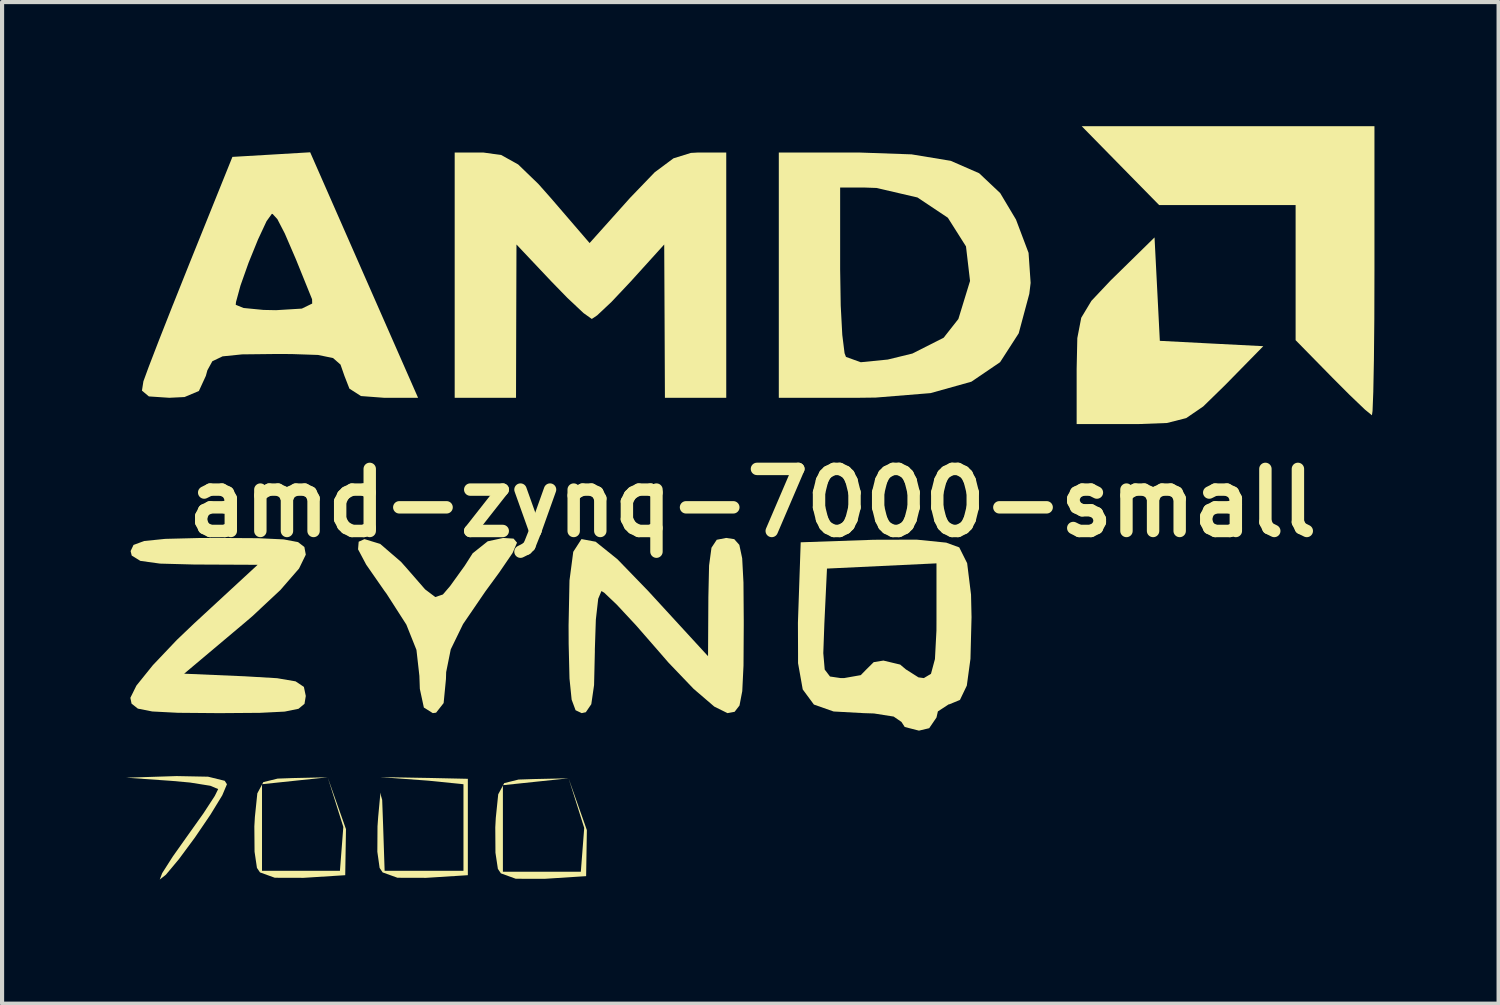
<source format=kicad_pcb>
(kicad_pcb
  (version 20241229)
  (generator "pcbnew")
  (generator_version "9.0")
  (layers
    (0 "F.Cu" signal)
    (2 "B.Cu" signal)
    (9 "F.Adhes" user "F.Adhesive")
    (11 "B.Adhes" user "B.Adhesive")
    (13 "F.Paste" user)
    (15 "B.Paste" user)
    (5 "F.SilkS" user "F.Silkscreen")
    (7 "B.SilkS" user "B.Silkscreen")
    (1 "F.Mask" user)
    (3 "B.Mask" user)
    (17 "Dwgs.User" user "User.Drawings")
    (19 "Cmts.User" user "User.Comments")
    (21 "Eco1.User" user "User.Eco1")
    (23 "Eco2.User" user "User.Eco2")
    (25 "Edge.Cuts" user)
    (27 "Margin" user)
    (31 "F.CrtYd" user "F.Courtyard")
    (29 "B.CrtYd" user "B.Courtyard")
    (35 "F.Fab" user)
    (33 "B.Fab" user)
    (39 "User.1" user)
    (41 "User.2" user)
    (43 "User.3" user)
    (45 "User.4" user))
  (footprint "amd-zynq-7000-small"
    (layer "F.Cu")
    (at 15.134 9.102)
    (property "Reference" "amd-zynq-7000-small" (at 0 0 0) (layer "F.SilkS") (effects (font (size 1.5 1.5) (thickness 0.3))))
    (attr board_only exclude_from_pos_files exclude_from_bom)
    (fp_poly (pts (xy -11.853 6.807) (xy -11.853 6.798) (xy -11.848 6.797)) (stroke (width 0) (type solid)) (fill yes) (layer "F.SilkS"))
    (fp_poly (pts (xy -6.032 6.831) (xy -6.032 6.821) (xy -6.027 6.821)) (stroke (width 0) (type solid)) (fill yes) (layer "F.SilkS"))
    (fp_poly (pts (xy -11.06 6.714) (xy -11.848 6.797) (xy -11.821 6.747) (xy -11.476 6.662) (xy -11.113 6.649) (xy -10.266 6.631)) (stroke (width 0) (type solid)) (fill yes) (layer "F.SilkS"))
    (fp_poly (pts (xy -5.238 6.738) (xy -6.027 6.821) (xy -6 6.771) (xy -5.654 6.685) (xy -5.291 6.673) (xy -4.445 6.655)) (stroke (width 0) (type solid)) (fill yes) (layer "F.SilkS"))
    (fp_poly (pts (xy -9.824 7.883) (xy -9.842 8.996) (xy -10.85 9.06) (xy -11.543 9.058) (xy -11.901 8.929) (xy -11.975 8.82) (xy -12.033 8.428) (xy -12.038 7.816) (xy -12.025 7.591) (xy -11.966 7.018) (xy -11.853 6.807) (xy -11.853 7.844) (xy -11.853 8.89) (xy -10.912 8.89) (xy -9.97 8.89) (xy -9.888 7.83) (xy -10.266 6.631)) (stroke (width 0) (type solid)) (fill yes) (layer "F.SilkS"))
    (fp_poly (pts (xy -4.003 7.907) (xy -4.021 9.019) (xy -5.029 9.084) (xy -5.721 9.082) (xy -6.08 8.952) (xy -6.153 8.844) (xy -6.212 8.452) (xy -6.216 7.84) (xy -6.204 7.615) (xy -6.145 7.041) (xy -6.032 6.831) (xy -6.032 7.867) (xy -6.032 8.913) (xy -5.091 8.913) (xy -4.149 8.913) (xy -4.067 7.854) (xy -4.445 6.655)) (stroke (width 0) (type solid)) (fill yes) (layer "F.SilkS"))
    (fp_poly (pts (xy 9.778 -5.166) (xy 9.842 -3.916) (xy 11.092 -3.851) (xy 12.342 -3.787) (xy 11.419 -2.846) (xy 10.89 -2.33) (xy 10.479 -2.049) (xy 10.015 -1.931) (xy 9.33 -1.905) (xy 9.163 -1.905) (xy 7.832 -1.905) (xy 7.832 -3.237) (xy 7.848 -3.982) (xy 7.943 -4.474) (xy 8.189 -4.883) (xy 8.655 -5.377) (xy 8.773 -5.492) (xy 9.714 -6.415)) (stroke (width 0) (type solid)) (fill yes) (layer "F.SilkS"))
    (fp_poly (pts (xy 15.028 -5.609) (xy 15.025 -4.447) (xy 15.015 -3.448) (xy 15 -2.683) (xy 14.982 -2.222) (xy 14.967 -2.117) (xy 14.798 -2.255) (xy 14.423 -2.614) (xy 14.014 -3.024) (xy 13.123 -3.932) (xy 13.123 -5.564) (xy 13.123 -7.197) (xy 11.474 -7.197) (xy 9.825 -7.197) (xy 8.89 -8.149) (xy 7.955 -9.102) (xy 11.492 -9.102) (xy 15.028 -9.102)) (stroke (width 0) (type solid)) (fill yes) (layer "F.SilkS"))
    (fp_poly (pts (xy -13.156 6.616) (xy -12.754 6.715) (xy -12.7 6.798) (xy -12.813 7.066) (xy -13.099 7.534) (xy -13.475 8.087) (xy -13.861 8.609) (xy -14.175 8.984) (xy -14.324 9.102) (xy -14.266 8.948) (xy -14.011 8.548) (xy -13.671 8.068) (xy -13.269 7.503) (xy -12.994 7.081) (xy -12.912 6.915) (xy -13.103 6.835) (xy -13.593 6.757) (xy -14.023 6.718) (xy -15.134 6.64) (xy -13.917 6.601)) (stroke (width 0) (type solid)) (fill yes) (layer "F.SilkS"))
    (fp_poly (pts (xy -7.78 6.647) (xy -6.879 6.667) (xy -6.879 7.832) (xy -6.879 8.996) (xy -7.887 9.06) (xy -8.579 9.058) (xy -8.938 8.929) (xy -9.011 8.82) (xy -9.066 8.429) (xy -9.062 7.818) (xy -9.046 7.591) (xy -8.998 7.076) (xy -9 7) (xy -8.949 7.176) (xy -8.927 7.779) (xy -8.89 8.89) (xy -7.938 8.89) (xy -6.985 8.89) (xy -6.985 7.844) (xy -6.985 6.798) (xy -7.833 6.712) (xy -9 6.626)) (stroke (width 0) (type solid)) (fill yes) (layer "F.SilkS"))
    (fp_poly (pts (xy -0.635 -5.503) (xy -0.635 -2.54) (xy -1.376 -2.54) (xy -2.117 -2.54) (xy -2.125 -4.392) (xy -2.134 -6.244) (xy -2.948 -5.345) (xy -3.408 -4.857) (xy -3.755 -4.531) (xy -3.884 -4.445) (xy -4.084 -4.587) (xy -4.474 -4.954) (xy -4.855 -5.345) (xy -5.704 -6.244) (xy -5.71 -4.392) (xy -5.715 -2.54) (xy -6.456 -2.54) (xy -7.197 -2.54) (xy -7.197 -5.503) (xy -7.197 -8.467) (xy -6.509 -8.467) (xy -6.072 -8.406) (xy -5.663 -8.178) (xy -5.176 -7.708) (xy -4.879 -7.373) (xy -3.937 -6.279) (xy -2.957 -7.373) (xy -2.365 -7.988) (xy -1.911 -8.326) (xy -1.49 -8.457) (xy -1.306 -8.467) (xy -0.635 -8.467)) (stroke (width 0) (type solid)) (fill yes) (layer "F.SilkS"))
    (fp_poly (pts (xy -5.774 0.863) (xy -5.691 0.961) (xy -5.798 1.21) (xy -6.12 1.681) (xy -6.456 2.14) (xy -6.995 2.929) (xy -7.292 3.539) (xy -7.403 4.089) (xy -7.408 4.257) (xy -7.464 4.837) (xy -7.646 5.069) (xy -7.726 5.08) (xy -7.942 4.945) (xy -8.039 4.495) (xy -8.05 4.18) (xy -8.121 3.552) (xy -8.365 2.941) (xy -8.843 2.196) (xy -8.901 2.117) (xy -9.336 1.491) (xy -9.532 1.122) (xy -9.517 0.938) (xy -9.377 0.875) (xy -8.997 0.991) (xy -8.493 1.425) (xy -8.324 1.616) (xy -7.912 2.089) (xy -7.666 2.275) (xy -7.482 2.213) (xy -7.308 2.01) (xy -6.956 1.521) (xy -6.762 1.217) (xy -6.399 0.928) (xy -6.025 0.847)) (stroke (width 0) (type solid)) (fill yes) (layer "F.SilkS"))
    (fp_poly (pts (xy 3.844 -8.422) (xy 4.789 -8.266) (xy 5.476 -7.966) (xy 5.984 -7.487) (xy 6.366 -6.847) (xy 6.67 -6.042) (xy 6.72 -5.316) (xy 6.688 -5.052) (xy 6.432 -4.098) (xy 5.982 -3.4) (xy 5.289 -2.929) (xy 4.303 -2.653) (xy 2.976 -2.545) (xy 2.561 -2.54) (xy 0.635 -2.54) (xy 0.635 -5.503) (xy 0.635 -5.644) (xy 2.117 -5.644) (xy 2.131 -4.768) (xy 2.169 -4.059) (xy 2.224 -3.617) (xy 2.258 -3.528) (xy 2.615 -3.399) (xy 3.268 -3.464) (xy 3.863 -3.609) (xy 4.618 -3.991) (xy 4.974 -4.444) (xy 5.256 -5.363) (xy 5.158 -6.198) (xy 4.72 -6.89) (xy 3.986 -7.38) (xy 2.996 -7.61) (xy 2.72 -7.62) (xy 2.117 -7.62) (xy 2.117 -5.644) (xy 0.635 -5.644) (xy 0.635 -8.467) (xy 2.561 -8.467)) (stroke (width 0) (type solid)) (fill yes) (layer "F.SilkS"))
    (fp_poly (pts (xy -11.947 0.853) (xy -11.329 0.882) (xy -10.981 0.948) (xy -10.829 1.066) (xy -10.795 1.25) (xy -10.795 1.251) (xy -10.958 1.586) (xy -11.408 2.104) (xy -12.087 2.739) (xy -12.265 2.891) (xy -13.734 4.127) (xy -12.265 4.19) (xy -11.487 4.236) (xy -11.042 4.312) (xy -10.841 4.446) (xy -10.795 4.666) (xy -10.826 4.855) (xy -10.971 4.975) (xy -11.305 5.043) (xy -11.905 5.073) (xy -12.848 5.08) (xy -12.912 5.08) (xy -13.882 5.072) (xy -14.504 5.04) (xy -14.853 4.971) (xy -15.005 4.851) (xy -15.034 4.71) (xy -14.888 4.415) (xy -14.491 3.922) (xy -13.912 3.312) (xy -13.499 2.918) (xy -11.959 1.496) (xy -13.494 1.489) (xy -14.316 1.467) (xy -14.793 1.401) (xy -15.001 1.273) (xy -15.028 1.164) (xy -14.958 1.016) (xy -14.702 0.921) (xy -14.19 0.869) (xy -13.352 0.848) (xy -12.912 0.847)) (stroke (width 0) (type solid)) (fill yes) (layer "F.SilkS"))
    (fp_poly (pts (xy -0.442 0.876) (xy -0.319 1.014) (xy -0.25 1.338) (xy -0.219 1.924) (xy -0.212 2.85) (xy -0.212 2.963) (xy -0.218 3.93) (xy -0.248 4.548) (xy -0.315 4.896) (xy -0.433 5.048) (xy -0.605 5.08) (xy -0.924 4.922) (xy -1.424 4.493) (xy -2.032 3.858) (xy -2.246 3.611) (xy -2.811 2.963) (xy -3.281 2.458) (xy -3.585 2.169) (xy -3.651 2.13) (xy -3.729 2.317) (xy -3.786 2.821) (xy -3.81 3.537) (xy -3.81 3.598) (xy -3.829 4.403) (xy -3.896 4.864) (xy -4.028 5.058) (xy -4.128 5.08) (xy -4.276 5.01) (xy -4.371 4.754) (xy -4.423 4.242) (xy -4.443 3.404) (xy -4.445 2.963) (xy -4.423 1.874) (xy -4.332 1.182) (xy -4.133 0.874) (xy -3.791 0.938) (xy -3.266 1.36) (xy -2.521 2.129) (xy -2.39 2.272) (xy -1.075 3.704) (xy -1.067 2.275) (xy -1.05 1.513) (xy -0.992 1.083) (xy -0.865 0.891) (xy -0.641 0.847) (xy -0.635 0.847)) (stroke (width 0) (type solid)) (fill yes) (layer "F.SilkS"))
    (fp_poly (pts (xy -9.386 -5.506) (xy -8.082 -2.54) (xy -8.905 -2.54) (xy -9.462 -2.582) (xy -9.741 -2.761) (xy -9.861 -3.069) (xy -9.956 -3.342) (xy -10.136 -3.5) (xy -10.498 -3.575) (xy -11.142 -3.597) (xy -11.536 -3.598) (xy -12.333 -3.589) (xy -12.806 -3.541) (xy -13.053 -3.423) (xy -13.173 -3.204) (xy -13.21 -3.069) (xy -13.378 -2.704) (xy -13.725 -2.558) (xy -14.094 -2.54) (xy -14.587 -2.573) (xy -14.754 -2.713) (xy -14.719 -2.937) (xy -14.594 -3.279) (xy -14.346 -3.923) (xy -14.008 -4.781) (xy -14.005 -4.787) (xy -12.488 -4.787) (xy -12.299 -4.71) (xy -11.818 -4.663) (xy -11.513 -4.657) (xy -10.89 -4.695) (xy -10.64 -4.817) (xy -10.643 -4.921) (xy -11.033 -5.885) (xy -11.303 -6.511) (xy -11.482 -6.857) (xy -11.596 -6.981) (xy -11.615 -6.985) (xy -11.743 -6.807) (xy -11.949 -6.366) (xy -12.178 -5.802) (xy -12.373 -5.252) (xy -12.481 -4.855) (xy -12.488 -4.787) (xy -14.005 -4.787) (xy -13.616 -5.761) (xy -13.581 -5.848) (xy -12.568 -8.361) (xy -11.629 -8.416) (xy -10.689 -8.472)) (stroke (width 0) (type solid)) (fill yes) (layer "F.SilkS"))
    (fp_poly (pts (xy 4.68 0.96) (xy 4.995 1.075) (xy 5.186 1.457) (xy 5.28 2.217) (xy 5.292 2.76) (xy 5.266 3.768) (xy 5.178 4.415) (xy 5.012 4.761) (xy 4.752 4.868) (xy 4.74 4.868) (xy 4.479 5.038) (xy 4.445 5.186) (xy 4.269 5.444) (xy 4.022 5.503) (xy 3.678 5.415) (xy 3.598 5.292) (xy 3.41 5.163) (xy 2.934 5.088) (xy 2.686 5.08) (xy 1.958 5.04) (xy 1.483 4.873) (xy 1.213 4.507) (xy 1.1 3.873) (xy 1.1 3.631) (xy 1.71 3.631) (xy 1.744 4.027) (xy 1.872 4.195) (xy 2.129 4.233) (xy 2.212 4.233) (xy 2.615 4.162) (xy 2.752 4.022) (xy 2.928 3.848) (xy 3.163 3.81) (xy 3.568 3.907) (xy 3.704 4.022) (xy 4.01 4.216) (xy 4.14 4.233) (xy 4.312 4.13) (xy 4.408 3.773) (xy 4.444 3.086) (xy 4.445 2.847) (xy 4.445 1.461) (xy 3.122 1.524) (xy 1.799 1.587) (xy 1.736 2.91) (xy 1.71 3.631) (xy 1.1 3.631) (xy 1.097 2.898) (xy 1.102 2.748) (xy 1.164 0.952) (xy 2.931 0.891) (xy 3.966 0.888)) (stroke (width 0) (type solid)) (fill yes) (layer "F.SilkS")))
  (gr_rect
    (start -3 -3)
    (end 33.162 21.203)
    (stroke (width 0.1) (type default))
    (fill no)
    (layer "Edge.Cuts")))
</source>
